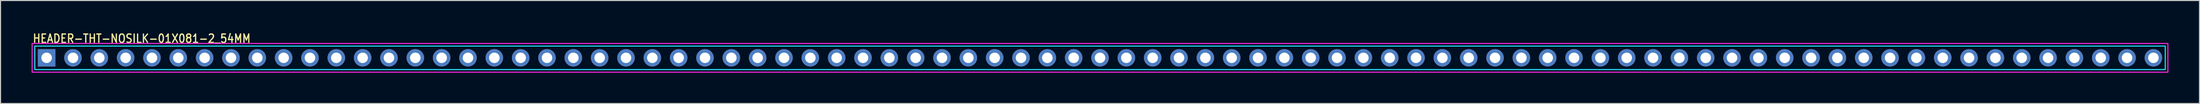
<source format=kicad_pcb>
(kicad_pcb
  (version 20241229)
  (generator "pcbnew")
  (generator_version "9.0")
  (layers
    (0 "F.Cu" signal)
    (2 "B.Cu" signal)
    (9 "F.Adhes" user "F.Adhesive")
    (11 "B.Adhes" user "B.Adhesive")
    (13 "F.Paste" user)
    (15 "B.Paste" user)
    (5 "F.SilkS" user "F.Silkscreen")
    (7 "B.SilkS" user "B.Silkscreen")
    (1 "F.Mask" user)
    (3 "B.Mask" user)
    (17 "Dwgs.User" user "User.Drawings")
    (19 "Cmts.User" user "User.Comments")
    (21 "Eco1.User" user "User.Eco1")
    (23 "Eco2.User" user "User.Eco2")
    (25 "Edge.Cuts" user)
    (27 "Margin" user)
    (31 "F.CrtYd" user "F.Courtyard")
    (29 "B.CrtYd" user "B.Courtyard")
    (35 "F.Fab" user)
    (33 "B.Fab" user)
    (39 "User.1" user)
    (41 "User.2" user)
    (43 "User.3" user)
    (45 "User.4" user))
  (footprint "HEADER-THT-NOSILK-01X081-2_54MM"
    (layer "F.Cu")
    (at 1.447 2.579)
    (property "Reference" "HEADER-THT-NOSILK-01X081-2_54MM" (at -1.4 -1.4 0) (unlocked yes) (layer "F.SilkS") (effects (font (size 0.813 0.695) (thickness 0.122)) (justify left bottom)))
    (fp_poly (pts (xy -1.143 -1.143) (xy 204.343 -1.143) (xy 204.343 1.143) (xy -1.143 1.143)) (stroke (width 0.1) (type solid)) (fill no) (layer "B.CrtYd"))
    (fp_poly (pts (xy -1.397 -1.397) (xy 204.597 -1.397) (xy 204.597 1.397) (xy -1.397 1.397)) (stroke (width 0.1) (type solid)) (fill no) (layer "F.CrtYd"))
    (pad "P$1" thru_hole rect (at 0 0) (size 1.693 1.693) (drill 1.016) (layers "*.Cu" "*.Mask"))
    (pad "P$2" thru_hole oval (at 2.54 0) (size 1.693 1.693) (drill 1.016) (layers "*.Cu" "*.Mask"))
    (pad "P$3" thru_hole oval (at 5.08 0) (size 1.693 1.693) (drill 1.016) (layers "*.Cu" "*.Mask"))
    (pad "P$4" thru_hole oval (at 7.62 0) (size 1.693 1.693) (drill 1.016) (layers "*.Cu" "*.Mask"))
    (pad "P$5" thru_hole oval (at 10.16 0) (size 1.693 1.693) (drill 1.016) (layers "*.Cu" "*.Mask"))
    (pad "P$6" thru_hole oval (at 12.7 0) (size 1.693 1.693) (drill 1.016) (layers "*.Cu" "*.Mask"))
    (pad "P$7" thru_hole oval (at 15.24 0) (size 1.693 1.693) (drill 1.016) (layers "*.Cu" "*.Mask"))
    (pad "P$8" thru_hole oval (at 17.78 0) (size 1.693 1.693) (drill 1.016) (layers "*.Cu" "*.Mask"))
    (pad "P$9" thru_hole oval (at 20.32 0) (size 1.693 1.693) (drill 1.016) (layers "*.Cu" "*.Mask"))
    (pad "P$10" thru_hole oval (at 22.86 0) (size 1.693 1.693) (drill 1.016) (layers "*.Cu" "*.Mask"))
    (pad "P$11" thru_hole oval (at 25.4 0) (size 1.693 1.693) (drill 1.016) (layers "*.Cu" "*.Mask"))
    (pad "P$12" thru_hole oval (at 27.94 0) (size 1.693 1.693) (drill 1.016) (layers "*.Cu" "*.Mask"))
    (pad "P$13" thru_hole oval (at 30.48 0) (size 1.693 1.693) (drill 1.016) (layers "*.Cu" "*.Mask"))
    (pad "P$14" thru_hole oval (at 33.02 0) (size 1.693 1.693) (drill 1.016) (layers "*.Cu" "*.Mask"))
    (pad "P$15" thru_hole oval (at 35.56 0) (size 1.693 1.693) (drill 1.016) (layers "*.Cu" "*.Mask"))
    (pad "P$16" thru_hole oval (at 38.1 0) (size 1.693 1.693) (drill 1.016) (layers "*.Cu" "*.Mask"))
    (pad "P$17" thru_hole oval (at 40.64 0) (size 1.693 1.693) (drill 1.016) (layers "*.Cu" "*.Mask"))
    (pad "P$18" thru_hole oval (at 43.18 0) (size 1.693 1.693) (drill 1.016) (layers "*.Cu" "*.Mask"))
    (pad "P$19" thru_hole oval (at 45.72 0) (size 1.693 1.693) (drill 1.016) (layers "*.Cu" "*.Mask"))
    (pad "P$20" thru_hole oval (at 48.26 0) (size 1.693 1.693) (drill 1.016) (layers "*.Cu" "*.Mask"))
    (pad "P$21" thru_hole oval (at 50.8 0) (size 1.693 1.693) (drill 1.016) (layers "*.Cu" "*.Mask"))
    (pad "P$22" thru_hole oval (at 53.34 0) (size 1.693 1.693) (drill 1.016) (layers "*.Cu" "*.Mask"))
    (pad "P$23" thru_hole oval (at 55.88 0) (size 1.693 1.693) (drill 1.016) (layers "*.Cu" "*.Mask"))
    (pad "P$24" thru_hole oval (at 58.42 0) (size 1.693 1.693) (drill 1.016) (layers "*.Cu" "*.Mask"))
    (pad "P$25" thru_hole oval (at 60.96 0) (size 1.693 1.693) (drill 1.016) (layers "*.Cu" "*.Mask"))
    (pad "P$26" thru_hole oval (at 63.5 0) (size 1.693 1.693) (drill 1.016) (layers "*.Cu" "*.Mask"))
    (pad "P$27" thru_hole oval (at 66.04 0) (size 1.693 1.693) (drill 1.016) (layers "*.Cu" "*.Mask"))
    (pad "P$28" thru_hole oval (at 68.58 0) (size 1.693 1.693) (drill 1.016) (layers "*.Cu" "*.Mask"))
    (pad "P$29" thru_hole oval (at 71.12 0) (size 1.693 1.693) (drill 1.016) (layers "*.Cu" "*.Mask"))
    (pad "P$30" thru_hole oval (at 73.66 0) (size 1.693 1.693) (drill 1.016) (layers "*.Cu" "*.Mask"))
    (pad "P$31" thru_hole oval (at 76.2 0) (size 1.693 1.693) (drill 1.016) (layers "*.Cu" "*.Mask"))
    (pad "P$32" thru_hole oval (at 78.74 0) (size 1.693 1.693) (drill 1.016) (layers "*.Cu" "*.Mask"))
    (pad "P$33" thru_hole oval (at 81.28 0) (size 1.693 1.693) (drill 1.016) (layers "*.Cu" "*.Mask"))
    (pad "P$34" thru_hole oval (at 83.82 0) (size 1.693 1.693) (drill 1.016) (layers "*.Cu" "*.Mask"))
    (pad "P$35" thru_hole oval (at 86.36 0) (size 1.693 1.693) (drill 1.016) (layers "*.Cu" "*.Mask"))
    (pad "P$36" thru_hole oval (at 88.9 0) (size 1.693 1.693) (drill 1.016) (layers "*.Cu" "*.Mask"))
    (pad "P$37" thru_hole oval (at 91.44 0) (size 1.693 1.693) (drill 1.016) (layers "*.Cu" "*.Mask"))
    (pad "P$38" thru_hole oval (at 93.98 0) (size 1.693 1.693) (drill 1.016) (layers "*.Cu" "*.Mask"))
    (pad "P$39" thru_hole oval (at 96.52 0) (size 1.693 1.693) (drill 1.016) (layers "*.Cu" "*.Mask"))
    (pad "P$40" thru_hole oval (at 99.06 0) (size 1.693 1.693) (drill 1.016) (layers "*.Cu" "*.Mask"))
    (pad "P$41" thru_hole oval (at 101.6 0) (size 1.693 1.693) (drill 1.016) (layers "*.Cu" "*.Mask"))
    (pad "P$42" thru_hole oval (at 104.14 0) (size 1.693 1.693) (drill 1.016) (layers "*.Cu" "*.Mask"))
    (pad "P$43" thru_hole oval (at 106.68 0) (size 1.693 1.693) (drill 1.016) (layers "*.Cu" "*.Mask"))
    (pad "P$44" thru_hole oval (at 109.22 0) (size 1.693 1.693) (drill 1.016) (layers "*.Cu" "*.Mask"))
    (pad "P$45" thru_hole oval (at 111.76 0) (size 1.693 1.693) (drill 1.016) (layers "*.Cu" "*.Mask"))
    (pad "P$46" thru_hole oval (at 114.3 0) (size 1.693 1.693) (drill 1.016) (layers "*.Cu" "*.Mask"))
    (pad "P$47" thru_hole oval (at 116.84 0) (size 1.693 1.693) (drill 1.016) (layers "*.Cu" "*.Mask"))
    (pad "P$48" thru_hole oval (at 119.38 0) (size 1.693 1.693) (drill 1.016) (layers "*.Cu" "*.Mask"))
    (pad "P$49" thru_hole oval (at 121.92 0) (size 1.693 1.693) (drill 1.016) (layers "*.Cu" "*.Mask"))
    (pad "P$50" thru_hole oval (at 124.46 0) (size 1.693 1.693) (drill 1.016) (layers "*.Cu" "*.Mask"))
    (pad "P$51" thru_hole oval (at 127 0) (size 1.693 1.693) (drill 1.016) (layers "*.Cu" "*.Mask"))
    (pad "P$52" thru_hole oval (at 129.54 0) (size 1.693 1.693) (drill 1.016) (layers "*.Cu" "*.Mask"))
    (pad "P$53" thru_hole oval (at 132.08 0) (size 1.693 1.693) (drill 1.016) (layers "*.Cu" "*.Mask"))
    (pad "P$54" thru_hole oval (at 134.62 0) (size 1.693 1.693) (drill 1.016) (layers "*.Cu" "*.Mask"))
    (pad "P$55" thru_hole oval (at 137.16 0) (size 1.693 1.693) (drill 1.016) (layers "*.Cu" "*.Mask"))
    (pad "P$56" thru_hole oval (at 139.7 0) (size 1.693 1.693) (drill 1.016) (layers "*.Cu" "*.Mask"))
    (pad "P$57" thru_hole oval (at 142.24 0) (size 1.693 1.693) (drill 1.016) (layers "*.Cu" "*.Mask"))
    (pad "P$58" thru_hole oval (at 144.78 0) (size 1.693 1.693) (drill 1.016) (layers "*.Cu" "*.Mask"))
    (pad "P$59" thru_hole oval (at 147.32 0) (size 1.693 1.693) (drill 1.016) (layers "*.Cu" "*.Mask"))
    (pad "P$60" thru_hole oval (at 149.86 0) (size 1.693 1.693) (drill 1.016) (layers "*.Cu" "*.Mask"))
    (pad "P$61" thru_hole oval (at 152.4 0) (size 1.693 1.693) (drill 1.016) (layers "*.Cu" "*.Mask"))
    (pad "P$62" thru_hole oval (at 154.94 0) (size 1.693 1.693) (drill 1.016) (layers "*.Cu" "*.Mask"))
    (pad "P$63" thru_hole oval (at 157.48 0) (size 1.693 1.693) (drill 1.016) (layers "*.Cu" "*.Mask"))
    (pad "P$64" thru_hole oval (at 160.02 0) (size 1.693 1.693) (drill 1.016) (layers "*.Cu" "*.Mask"))
    (pad "P$65" thru_hole oval (at 162.56 0) (size 1.693 1.693) (drill 1.016) (layers "*.Cu" "*.Mask"))
    (pad "P$66" thru_hole oval (at 165.1 0) (size 1.693 1.693) (drill 1.016) (layers "*.Cu" "*.Mask"))
    (pad "P$67" thru_hole oval (at 167.64 0) (size 1.693 1.693) (drill 1.016) (layers "*.Cu" "*.Mask"))
    (pad "P$68" thru_hole oval (at 170.18 0) (size 1.693 1.693) (drill 1.016) (layers "*.Cu" "*.Mask"))
    (pad "P$69" thru_hole oval (at 172.72 0) (size 1.693 1.693) (drill 1.016) (layers "*.Cu" "*.Mask"))
    (pad "P$70" thru_hole oval (at 175.26 0) (size 1.693 1.693) (drill 1.016) (layers "*.Cu" "*.Mask"))
    (pad "P$71" thru_hole oval (at 177.8 0) (size 1.693 1.693) (drill 1.016) (layers "*.Cu" "*.Mask"))
    (pad "P$72" thru_hole oval (at 180.34 0) (size 1.693 1.693) (drill 1.016) (layers "*.Cu" "*.Mask"))
    (pad "P$73" thru_hole oval (at 182.88 0) (size 1.693 1.693) (drill 1.016) (layers "*.Cu" "*.Mask"))
    (pad "P$74" thru_hole oval (at 185.42 0) (size 1.693 1.693) (drill 1.016) (layers "*.Cu" "*.Mask"))
    (pad "P$75" thru_hole oval (at 187.96 0) (size 1.693 1.693) (drill 1.016) (layers "*.Cu" "*.Mask"))
    (pad "P$76" thru_hole oval (at 190.5 0) (size 1.693 1.693) (drill 1.016) (layers "*.Cu" "*.Mask"))
    (pad "P$77" thru_hole oval (at 193.04 0) (size 1.693 1.693) (drill 1.016) (layers "*.Cu" "*.Mask"))
    (pad "P$78" thru_hole oval (at 195.58 0) (size 1.693 1.693) (drill 1.016) (layers "*.Cu" "*.Mask"))
    (pad "P$79" thru_hole oval (at 198.12 0) (size 1.693 1.693) (drill 1.016) (layers "*.Cu" "*.Mask"))
    (pad "P$80" thru_hole oval (at 200.66 0) (size 1.693 1.693) (drill 1.016) (layers "*.Cu" "*.Mask"))
    (pad "P$81" thru_hole oval (at 203.2 0) (size 1.693 1.693) (drill 1.016) (layers "*.Cu" "*.Mask")))
  (gr_rect
    (start -3 -3)
    (end 209.094 7.026)
    (stroke (width 0.1) (type default))
    (fill no)
    (layer "Edge.Cuts")))
</source>
